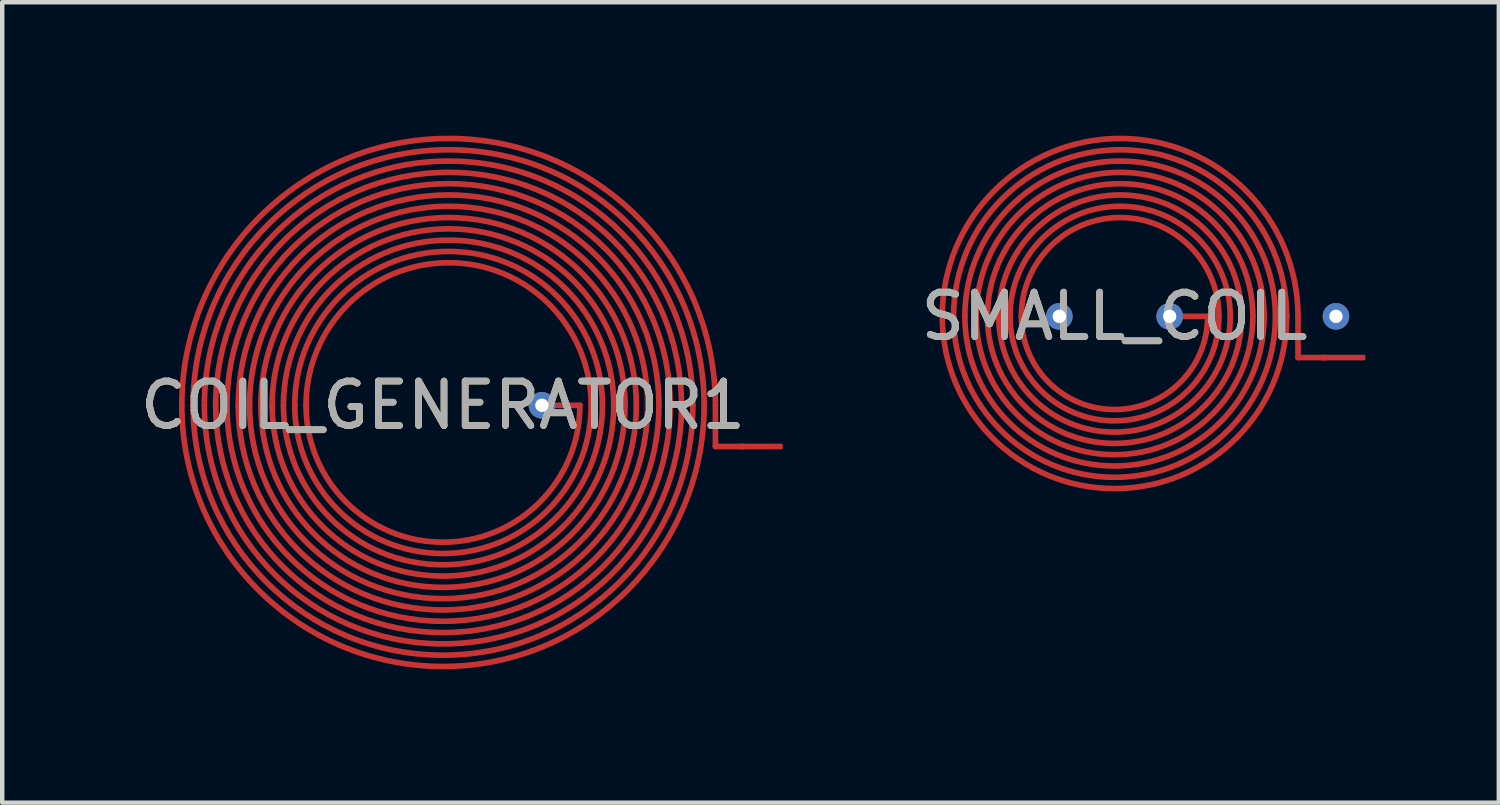
<source format=kicad_pcb>
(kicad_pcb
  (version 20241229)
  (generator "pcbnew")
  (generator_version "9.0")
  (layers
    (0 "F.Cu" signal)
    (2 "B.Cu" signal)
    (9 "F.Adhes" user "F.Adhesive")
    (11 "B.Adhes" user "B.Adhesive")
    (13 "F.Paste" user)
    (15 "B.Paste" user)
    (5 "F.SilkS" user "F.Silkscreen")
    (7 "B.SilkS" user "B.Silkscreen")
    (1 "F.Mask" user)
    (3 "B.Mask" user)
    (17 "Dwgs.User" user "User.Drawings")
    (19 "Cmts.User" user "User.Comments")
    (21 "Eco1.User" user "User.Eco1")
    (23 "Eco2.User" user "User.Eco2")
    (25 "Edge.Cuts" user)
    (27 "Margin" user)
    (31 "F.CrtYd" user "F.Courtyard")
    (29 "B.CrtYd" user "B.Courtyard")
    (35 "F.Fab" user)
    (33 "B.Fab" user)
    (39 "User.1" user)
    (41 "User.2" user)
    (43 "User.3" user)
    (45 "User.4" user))
  (footprint "SMALL_COIL"
    (layer "F.Cu")
    (at 22.012 4.064)
    (property "Reference" "SMALL_COIL" (at 0 0 0) (unlocked yes) (layer "F.SilkS") (effects (font (size 1 1) (thickness 0.15))))
    (attr smd exclude_from_pos_files exclude_from_bom allow_missing_courtyard)
    (fp_line (start 2.095 0) (end 1.241 0) (stroke (width 0.127) (type default)) (layer "F.Cu"))
    (fp_line (start 4.127 0) (end 4.127 0.927) (stroke (width 0.127) (type default)) (layer "F.Cu"))
    (fp_line (start 4.127 0.927) (end 4.754 0.927) (stroke (width 0.127) (type default)) (layer "F.Cu"))
    (fp_arc (start -3.873 0) (mid 0.127 -4) (end 4.127 0) (stroke (width 0.127) (type default)) (layer "F.Cu"))
    (fp_arc (start -3.619 0) (mid 0.127 -3.746) (end 3.873 0) (stroke (width 0.127) (type default)) (layer "F.Cu"))
    (fp_arc (start -3.365 0) (mid 0.127 -3.492) (end 3.619 0) (stroke (width 0.127) (type default)) (layer "F.Cu"))
    (fp_arc (start -3.111 0) (mid 0.127 -3.238) (end 3.365 0) (stroke (width 0.127) (type default)) (layer "F.Cu"))
    (fp_arc (start -2.857 0) (mid 0.127 -2.984) (end 3.111 0) (stroke (width 0.127) (type default)) (layer "F.Cu"))
    (fp_arc (start -2.603 0) (mid 0.127 -2.73) (end 2.857 0) (stroke (width 0.127) (type default)) (layer "F.Cu"))
    (fp_arc (start -2.349 0) (mid 0.127 -2.476) (end 2.603 0) (stroke (width 0.127) (type default)) (layer "F.Cu"))
    (fp_arc (start -2.095 0) (mid 0.127 -2.222) (end 2.349 0) (stroke (width 0.127) (type default)) (layer "F.Cu"))
    (fp_arc (start 2.095 0) (mid 0 2.095) (end -2.095 0) (stroke (width 0.127) (type default)) (layer "F.Cu"))
    (fp_arc (start 2.349 0) (mid 0 2.349) (end -2.349 0) (stroke (width 0.127) (type default)) (layer "F.Cu"))
    (fp_arc (start 2.603 0) (mid 0 2.603) (end -2.603 0) (stroke (width 0.127) (type default)) (layer "F.Cu"))
    (fp_arc (start 2.857 0) (mid 0 2.857) (end -2.857 0) (stroke (width 0.127) (type default)) (layer "F.Cu"))
    (fp_arc (start 3.111 0) (mid 0 3.111) (end -3.111 0) (stroke (width 0.127) (type default)) (layer "F.Cu"))
    (fp_arc (start 3.365 0) (mid 0 3.365) (end -3.365 0) (stroke (width 0.127) (type default)) (layer "F.Cu"))
    (fp_arc (start 3.619 0) (mid 0 3.619) (end -3.619 0) (stroke (width 0.127) (type default)) (layer "F.Cu"))
    (fp_arc (start 3.873 0) (mid 0 3.873) (end -3.873 0) (stroke (width 0.127) (type default)) (layer "F.Cu"))
    (fp_line (start 2.095 0) (end 1.241 0) (stroke (width 0.127) (type default)) (layer "In1.Cu"))
    (fp_line (start 4.127 0) (end 4.981 0) (stroke (width 0.127) (type default)) (layer "In1.Cu"))
    (fp_arc (start -3.873 0) (mid 0 -3.873) (end 3.873 0) (stroke (width 0.127) (type default)) (layer "In1.Cu"))
    (fp_arc (start -3.619 0) (mid 0 -3.619) (end 3.619 0) (stroke (width 0.127) (type default)) (layer "In1.Cu"))
    (fp_arc (start -3.365 0) (mid 0 -3.365) (end 3.365 0) (stroke (width 0.127) (type default)) (layer "In1.Cu"))
    (fp_arc (start -3.111 0) (mid 0 -3.111) (end 3.111 0) (stroke (width 0.127) (type default)) (layer "In1.Cu"))
    (fp_arc (start -2.857 0) (mid 0 -2.857) (end 2.857 0) (stroke (width 0.127) (type default)) (layer "In1.Cu"))
    (fp_arc (start -2.603 0) (mid 0 -2.603) (end 2.603 0) (stroke (width 0.127) (type default)) (layer "In1.Cu"))
    (fp_arc (start -2.349 0) (mid 0 -2.349) (end 2.349 0) (stroke (width 0.127) (type default)) (layer "In1.Cu"))
    (fp_arc (start -2.095 0) (mid 0 -2.095) (end 2.095 0) (stroke (width 0.127) (type default)) (layer "In1.Cu"))
    (fp_arc (start 2.349 0) (mid 0.127 2.222) (end -2.095 0) (stroke (width 0.127) (type default)) (layer "In1.Cu"))
    (fp_arc (start 2.603 0) (mid 0.127 2.476) (end -2.349 0) (stroke (width 0.127) (type default)) (layer "In1.Cu"))
    (fp_arc (start 2.857 0) (mid 0.127 2.73) (end -2.603 0) (stroke (width 0.127) (type default)) (layer "In1.Cu"))
    (fp_arc (start 3.111 0) (mid 0.127 2.984) (end -2.857 0) (stroke (width 0.127) (type default)) (layer "In1.Cu"))
    (fp_arc (start 3.365 0) (mid 0.127 3.238) (end -3.111 0) (stroke (width 0.127) (type default)) (layer "In1.Cu"))
    (fp_arc (start 3.619 0) (mid 0.127 3.492) (end -3.365 0) (stroke (width 0.127) (type default)) (layer "In1.Cu"))
    (fp_arc (start 3.873 0) (mid 0.127 3.746) (end -3.619 0) (stroke (width 0.127) (type default)) (layer "In1.Cu"))
    (fp_arc (start 4.127 0) (mid 0.127 4) (end -3.873 0) (stroke (width 0.127) (type default)) (layer "In1.Cu"))
    (fp_line (start -1.841 0) (end -1.241 0) (stroke (width 0.127) (type default)) (layer "In2.Cu"))
    (fp_line (start 4.127 0) (end 4.981 0) (stroke (width 0.127) (type default)) (layer "In2.Cu"))
    (fp_arc (start -3.873 0) (mid 0.127 -4) (end 4.127 0) (stroke (width 0.127) (type default)) (layer "In2.Cu"))
    (fp_arc (start -3.619 0) (mid 0.127 -3.746) (end 3.873 0) (stroke (width 0.127) (type default)) (layer "In2.Cu"))
    (fp_arc (start -3.365 0) (mid 0.127 -3.492) (end 3.619 0) (stroke (width 0.127) (type default)) (layer "In2.Cu"))
    (fp_arc (start -3.111 0) (mid 0.127 -3.238) (end 3.365 0) (stroke (width 0.127) (type default)) (layer "In2.Cu"))
    (fp_arc (start -2.857 0) (mid 0.127 -2.984) (end 3.111 0) (stroke (width 0.127) (type default)) (layer "In2.Cu"))
    (fp_arc (start -2.603 0) (mid 0.127 -2.73) (end 2.857 0) (stroke (width 0.127) (type default)) (layer "In2.Cu"))
    (fp_arc (start -2.349 0) (mid 0.127 -2.476) (end 2.603 0) (stroke (width 0.127) (type default)) (layer "In2.Cu"))
    (fp_arc (start -2.095 0) (mid 0.127 -2.222) (end 2.349 0) (stroke (width 0.127) (type default)) (layer "In2.Cu"))
    (fp_arc (start -1.841 0) (mid 0 -1.968) (end 2.095 0) (stroke (width 0.127) (type default)) (layer "In2.Cu"))
    (fp_arc (start 2.095 0) (mid 0 2.095) (end -2.095 0) (stroke (width 0.127) (type default)) (layer "In2.Cu"))
    (fp_arc (start 2.349 0) (mid 0 2.349) (end -2.349 0) (stroke (width 0.127) (type default)) (layer "In2.Cu"))
    (fp_arc (start 2.603 0) (mid 0 2.603) (end -2.603 0) (stroke (width 0.127) (type default)) (layer "In2.Cu"))
    (fp_arc (start 2.857 0) (mid 0 2.857) (end -2.857 0) (stroke (width 0.127) (type default)) (layer "In2.Cu"))
    (fp_arc (start 3.111 0) (mid 0 3.111) (end -3.111 0) (stroke (width 0.127) (type default)) (layer "In2.Cu"))
    (fp_arc (start 3.365 0) (mid 0 3.365) (end -3.365 0) (stroke (width 0.127) (type default)) (layer "In2.Cu"))
    (fp_arc (start 3.619 0) (mid 0 3.619) (end -3.619 0) (stroke (width 0.127) (type default)) (layer "In2.Cu"))
    (fp_arc (start 3.873 0) (mid 0 3.873) (end -3.873 0) (stroke (width 0.127) (type default)) (layer "In2.Cu"))
    (fp_line (start -1.841 0) (end -1.241 0) (stroke (width 0.127) (type default)) (layer "In3.Cu"))
    (fp_line (start 4.127 -0.927) (end 4.754 -0.927) (stroke (width 0.127) (type default)) (layer "In3.Cu"))
    (fp_line (start 4.127 0) (end 4.127 -0.927) (stroke (width 0.127) (type default)) (layer "In3.Cu"))
    (fp_arc (start -3.873 0) (mid 0 -3.873) (end 3.873 0) (stroke (width 0.127) (type default)) (layer "In3.Cu"))
    (fp_arc (start -3.619 0) (mid 0 -3.619) (end 3.619 0) (stroke (width 0.127) (type default)) (layer "In3.Cu"))
    (fp_arc (start -3.365 0) (mid 0 -3.365) (end 3.365 0) (stroke (width 0.127) (type default)) (layer "In3.Cu"))
    (fp_arc (start -3.111 0) (mid 0 -3.111) (end 3.111 0) (stroke (width 0.127) (type default)) (layer "In3.Cu"))
    (fp_arc (start -2.857 0) (mid 0 -2.857) (end 2.857 0) (stroke (width 0.127) (type default)) (layer "In3.Cu"))
    (fp_arc (start -2.603 0) (mid 0 -2.603) (end 2.603 0) (stroke (width 0.127) (type default)) (layer "In3.Cu"))
    (fp_arc (start -2.349 0) (mid 0 -2.349) (end 2.349 0) (stroke (width 0.127) (type default)) (layer "In3.Cu"))
    (fp_arc (start -2.095 0) (mid 0 -2.095) (end 2.095 0) (stroke (width 0.127) (type default)) (layer "In3.Cu"))
    (fp_arc (start 2.095 0) (mid 0 1.968) (end -1.841 0) (stroke (width 0.127) (type default)) (layer "In3.Cu"))
    (fp_arc (start 2.349 0) (mid 0.127 2.222) (end -2.095 0) (stroke (width 0.127) (type default)) (layer "In3.Cu"))
    (fp_arc (start 2.603 0) (mid 0.127 2.476) (end -2.349 0) (stroke (width 0.127) (type default)) (layer "In3.Cu"))
    (fp_arc (start 2.857 0) (mid 0.127 2.73) (end -2.603 0) (stroke (width 0.127) (type default)) (layer "In3.Cu"))
    (fp_arc (start 3.111 0) (mid 0.127 2.984) (end -2.857 0) (stroke (width 0.127) (type default)) (layer "In3.Cu"))
    (fp_arc (start 3.365 0) (mid 0.127 3.238) (end -3.111 0) (stroke (width 0.127) (type default)) (layer "In3.Cu"))
    (fp_arc (start 3.619 0) (mid 0.127 3.492) (end -3.365 0) (stroke (width 0.127) (type default)) (layer "In3.Cu"))
    (fp_arc (start 3.873 0) (mid 0.127 3.746) (end -3.619 0) (stroke (width 0.127) (type default)) (layer "In3.Cu"))
    (fp_arc (start 4.127 0) (mid 0.127 4) (end -3.873 0) (stroke (width 0.127) (type default)) (layer "In3.Cu"))
    (fp_text user "${REFERENCE}" (at 0 0 0) (unlocked yes) (layer "F.Fab") (effects (font (size 1 1) (thickness 0.15))))
    (pad "0" thru_hole circle (at -1.241 0) (size 0.6 0.6) (drill 0.3) (layers "*.Cu") (remove_unused_layers yes) (keep_end_layers yes) (zone_layer_connections))
    (pad "0" thru_hole circle (at 1.241 0) (size 0.6 0.6) (drill 0.3) (layers "*.Cu") (remove_unused_layers yes) (keep_end_layers yes) (zone_layer_connections))
    (pad "0" thru_hole circle (at 4.981 0) (size 0.6 0.6) (drill 0.3) (layers "*.Cu") (remove_unused_layers yes) (keep_end_layers yes) (zone_layer_connections))
    (pad "1" smd roundrect (at 5.135 0.927) (size 1.016 0.127) (layers "F.Cu") (roundrect_rratio 0.25))
    (pad "2" smd roundrect (at 5.135 -0.927) (size 1.016 0.127) (layers "In3.Cu") (roundrect_rratio 0.25)))
  (footprint "COIL_GENERATOR1"
    (layer "F.Cu")
    (at 6.911 6.064)
    (property "Reference" "COIL_GENERATOR1" (at 0 0 0) (unlocked yes) (layer "F.SilkS") (effects (font (size 1 1) (thickness 0.15))))
    (attr smd exclude_from_pos_files exclude_from_bom allow_missing_courtyard)
    (fp_line (start 3.079 0) (end 2.225 0) (stroke (width 0.127) (type default)) (layer "F.Cu"))
    (fp_line (start 6.127 0) (end 6.127 0.927) (stroke (width 0.127) (type default)) (layer "F.Cu"))
    (fp_line (start 6.127 0.927) (end 6.754 0.927) (stroke (width 0.127) (type default)) (layer "F.Cu"))
    (fp_arc (start -5.873 0) (mid 0.127 -6) (end 6.127 0) (stroke (width 0.127) (type default)) (layer "F.Cu"))
    (fp_arc (start -5.619 0) (mid 0.127 -5.746) (end 5.873 0) (stroke (width 0.127) (type default)) (layer "F.Cu"))
    (fp_arc (start -5.365 0) (mid 0.127 -5.492) (end 5.619 0) (stroke (width 0.127) (type default)) (layer "F.Cu"))
    (fp_arc (start -5.111 0) (mid 0.127 -5.238) (end 5.365 0) (stroke (width 0.127) (type default)) (layer "F.Cu"))
    (fp_arc (start -4.857 0) (mid 0.127 -4.984) (end 5.111 0) (stroke (width 0.127) (type default)) (layer "F.Cu"))
    (fp_arc (start -4.603 0) (mid 0.127 -4.73) (end 4.857 0) (stroke (width 0.127) (type default)) (layer "F.Cu"))
    (fp_arc (start -4.349 0) (mid 0.127 -4.476) (end 4.603 0) (stroke (width 0.127) (type default)) (layer "F.Cu"))
    (fp_arc (start -4.095 0) (mid 0.127 -4.222) (end 4.349 0) (stroke (width 0.127) (type default)) (layer "F.Cu"))
    (fp_arc (start -3.841 0) (mid 0.127 -3.968) (end 4.095 0) (stroke (width 0.127) (type default)) (layer "F.Cu"))
    (fp_arc (start -3.587 0) (mid 0.127 -3.714) (end 3.841 0) (stroke (width 0.127) (type default)) (layer "F.Cu"))
    (fp_arc (start -3.333 0) (mid 0.127 -3.46) (end 3.587 0) (stroke (width 0.127) (type default)) (layer "F.Cu"))
    (fp_arc (start -3.079 0) (mid 0.127 -3.206) (end 3.333 0) (stroke (width 0.127) (type default)) (layer "F.Cu"))
    (fp_arc (start 3.079 0) (mid 0 3.079) (end -3.079 0) (stroke (width 0.127) (type default)) (layer "F.Cu"))
    (fp_arc (start 3.333 0) (mid 0 3.333) (end -3.333 0) (stroke (width 0.127) (type default)) (layer "F.Cu"))
    (fp_arc (start 3.587 0) (mid 0 3.587) (end -3.587 0) (stroke (width 0.127) (type default)) (layer "F.Cu"))
    (fp_arc (start 3.841 0) (mid 0 3.841) (end -3.841 0) (stroke (width 0.127) (type default)) (layer "F.Cu"))
    (fp_arc (start 4.095 0) (mid 0 4.095) (end -4.095 0) (stroke (width 0.127) (type default)) (layer "F.Cu"))
    (fp_arc (start 4.349 0) (mid 0 4.349) (end -4.349 0) (stroke (width 0.127) (type default)) (layer "F.Cu"))
    (fp_arc (start 4.603 0) (mid 0 4.603) (end -4.603 0) (stroke (width 0.127) (type default)) (layer "F.Cu"))
    (fp_arc (start 4.857 0) (mid 0 4.857) (end -4.857 0) (stroke (width 0.127) (type default)) (layer "F.Cu"))
    (fp_arc (start 5.111 0) (mid 0 5.111) (end -5.111 0) (stroke (width 0.127) (type default)) (layer "F.Cu"))
    (fp_arc (start 5.365 0) (mid 0 5.365) (end -5.365 0) (stroke (width 0.127) (type default)) (layer "F.Cu"))
    (fp_arc (start 5.619 0) (mid 0 5.619) (end -5.619 0) (stroke (width 0.127) (type default)) (layer "F.Cu"))
    (fp_arc (start 5.873 0) (mid 0 5.873) (end -5.873 0) (stroke (width 0.127) (type default)) (layer "F.Cu"))
    (fp_text user "${REFERENCE}" (at 0 0 0) (unlocked yes) (layer "F.Fab") (effects (font (size 1 1) (thickness 0.15))))
    (pad "1" smd roundrect (at 7.135 0.927) (size 1.016 0.127) (layers "F.Cu") (roundrect_rratio 0.25))
    (pad "2" thru_hole circle (at 2.225 0) (size 0.6 0.6) (drill 0.3) (layers "*.Cu") (remove_unused_layers yes) (keep_end_layers yes) (zone_layer_connections)))
  (gr_rect
    (start -3 -3)
    (end 30.655 15)
    (stroke (width 0.1) (type default))
    (fill no)
    (layer "Edge.Cuts")))
</source>
